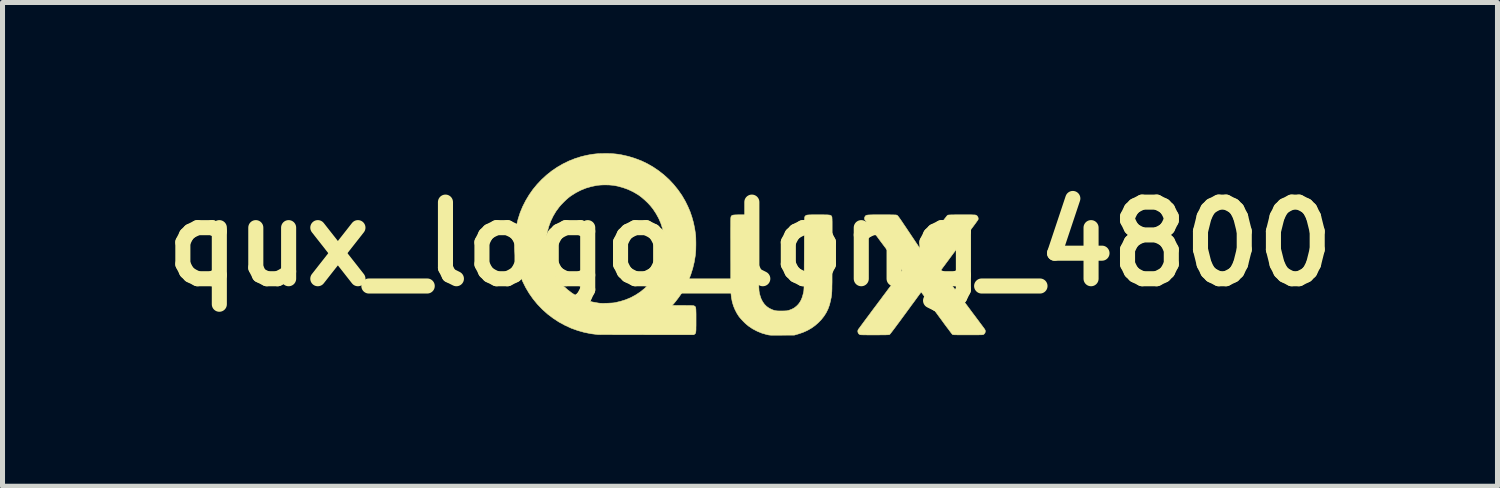
<source format=kicad_pcb>
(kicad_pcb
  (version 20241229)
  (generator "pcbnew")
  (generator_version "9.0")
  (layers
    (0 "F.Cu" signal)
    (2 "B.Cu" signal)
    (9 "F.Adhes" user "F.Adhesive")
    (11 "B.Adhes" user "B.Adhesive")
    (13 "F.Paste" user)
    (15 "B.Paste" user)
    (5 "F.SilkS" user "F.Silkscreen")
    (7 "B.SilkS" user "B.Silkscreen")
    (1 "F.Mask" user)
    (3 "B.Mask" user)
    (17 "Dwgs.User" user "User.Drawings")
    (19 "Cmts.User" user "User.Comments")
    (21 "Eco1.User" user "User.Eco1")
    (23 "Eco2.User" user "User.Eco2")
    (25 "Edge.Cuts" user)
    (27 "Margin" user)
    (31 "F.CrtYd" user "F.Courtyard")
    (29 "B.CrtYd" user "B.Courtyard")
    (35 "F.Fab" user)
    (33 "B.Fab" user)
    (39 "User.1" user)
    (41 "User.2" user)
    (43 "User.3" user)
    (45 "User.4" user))
  (footprint "qux_logo_long_4800"
    (layer "F.Cu")
    (at 11.873 1.806)
    (property "Reference" "qux_logo_long_4800" (at 0 0 0) (layer "F.SilkS") (effects (font (size 1.524 1.524) (thickness 0.3))))
    (attr through_hole)
    (fp_poly (pts (xy -2.824 -1.801) (xy -2.771 -1.8) (xy -2.724 -1.797) (xy -2.679 -1.793) (xy -2.635 -1.788) (xy -2.587 -1.78) (xy -2.556 -1.775) (xy -2.422 -1.745) (xy -2.292 -1.705) (xy -2.165 -1.657) (xy -2.044 -1.599) (xy -1.927 -1.532) (xy -1.816 -1.457) (xy -1.711 -1.374) (xy -1.612 -1.284) (xy -1.52 -1.186) (xy -1.435 -1.081) (xy -1.357 -0.97) (xy -1.288 -0.852) (xy -1.237 -0.748) (xy -1.192 -0.643) (xy -1.156 -0.537) (xy -1.126 -0.429) (xy -1.102 -0.315) (xy -1.084 -0.196) (xy -1.081 -0.165) (xy -1.079 -0.126) (xy -1.078 -0.08) (xy -1.077 -0.031) (xy -1.077 0.021) (xy -1.078 0.072) (xy -1.079 0.12) (xy -1.082 0.164) (xy -1.085 0.201) (xy -1.087 0.219) (xy -1.109 0.354) (xy -1.14 0.484) (xy -1.179 0.608) (xy -1.226 0.728) (xy -1.284 0.845) (xy -1.35 0.959) (xy -1.374 0.997) (xy -1.392 1.022) (xy -1.412 1.051) (xy -1.435 1.082) (xy -1.458 1.112) (xy -1.48 1.141) (xy -1.501 1.166) (xy -1.518 1.187) (xy -1.531 1.201) (xy -1.534 1.203) (xy -1.542 1.212) (xy -1.545 1.218) (xy -1.54 1.219) (xy -1.525 1.22) (xy -1.503 1.221) (xy -1.472 1.221) (xy -1.436 1.222) (xy -1.395 1.222) (xy -1.35 1.222) (xy -1.335 1.222) (xy -1.282 1.222) (xy -1.239 1.223) (xy -1.204 1.223) (xy -1.176 1.223) (xy -1.155 1.224) (xy -1.139 1.225) (xy -1.128 1.226) (xy -1.12 1.227) (xy -1.114 1.229) (xy -1.109 1.232) (xy -1.108 1.233) (xy -1.1 1.237) (xy -1.094 1.242) (xy -1.088 1.248) (xy -1.084 1.255) (xy -1.081 1.266) (xy -1.079 1.28) (xy -1.077 1.298) (xy -1.076 1.323) (xy -1.075 1.353) (xy -1.074 1.392) (xy -1.074 1.439) (xy -1.074 1.495) (xy -1.074 1.513) (xy -1.074 1.572) (xy -1.074 1.621) (xy -1.075 1.661) (xy -1.075 1.694) (xy -1.076 1.72) (xy -1.078 1.74) (xy -1.08 1.755) (xy -1.082 1.767) (xy -1.086 1.775) (xy -1.091 1.782) (xy -1.096 1.787) (xy -1.103 1.792) (xy -1.104 1.793) (xy -1.118 1.804) (xy -2.06 1.804) (xy -2.16 1.803) (xy -2.257 1.803) (xy -2.35 1.803) (xy -2.44 1.803) (xy -2.525 1.803) (xy -2.606 1.803) (xy -2.681 1.803) (xy -2.75 1.802) (xy -2.813 1.802) (xy -2.869 1.802) (xy -2.917 1.802) (xy -2.957 1.802) (xy -2.988 1.801) (xy -3.01 1.801) (xy -3.022 1.801) (xy -3.024 1.801) (xy -3.162 1.784) (xy -3.297 1.757) (xy -3.429 1.72) (xy -3.557 1.674) (xy -3.681 1.617) (xy -3.801 1.552) (xy -3.916 1.477) (xy -4.026 1.394) (xy -4.129 1.302) (xy -4.137 1.294) (xy -4.231 1.196) (xy -4.317 1.091) (xy -4.395 0.98) (xy -4.464 0.864) (xy -4.524 0.743) (xy -4.575 0.618) (xy -4.617 0.491) (xy -4.648 0.36) (xy -4.656 0.318) (xy -4.663 0.276) (xy -4.669 0.241) (xy -4.673 0.208) (xy -4.676 0.177) (xy -4.678 0.145) (xy -4.679 0.11) (xy -4.68 0.069) (xy -4.68 0.021) (xy -4.68 0) (xy -4.68 -0.024) (xy -4.058 -0.024) (xy -4.056 0.085) (xy -4.043 0.193) (xy -4.02 0.3) (xy -3.988 0.403) (xy -3.946 0.503) (xy -3.895 0.599) (xy -3.834 0.691) (xy -3.765 0.777) (xy -3.712 0.834) (xy -3.629 0.91) (xy -3.541 0.977) (xy -3.447 1.034) (xy -3.349 1.083) (xy -3.245 1.122) (xy -3.136 1.152) (xy -3.021 1.173) (xy -2.99 1.177) (xy -2.97 1.178) (xy -2.942 1.179) (xy -2.908 1.179) (xy -2.87 1.178) (xy -2.83 1.177) (xy -2.791 1.175) (xy -2.755 1.173) (xy -2.724 1.171) (xy -2.7 1.168) (xy -2.693 1.167) (xy -2.58 1.141) (xy -2.472 1.107) (xy -2.369 1.064) (xy -2.272 1.011) (xy -2.181 0.951) (xy -2.095 0.881) (xy -2.016 0.804) (xy -1.944 0.718) (xy -1.936 0.707) (xy -1.873 0.614) (xy -1.82 0.518) (xy -1.777 0.419) (xy -1.743 0.318) (xy -1.719 0.214) (xy -1.704 0.109) (xy -1.699 0.003) (xy -1.704 -0.103) (xy -1.718 -0.208) (xy -1.742 -0.312) (xy -1.775 -0.414) (xy -1.818 -0.513) (xy -1.871 -0.609) (xy -1.933 -0.702) (xy -1.935 -0.704) (xy -1.982 -0.763) (xy -2.037 -0.822) (xy -2.097 -0.879) (xy -2.159 -0.932) (xy -2.221 -0.978) (xy -2.236 -0.987) (xy -2.328 -1.041) (xy -2.426 -1.087) (xy -2.529 -1.124) (xy -2.636 -1.153) (xy -2.715 -1.168) (xy -2.757 -1.172) (xy -2.806 -1.176) (xy -2.859 -1.177) (xy -2.914 -1.177) (xy -2.966 -1.175) (xy -3.014 -1.171) (xy -3.043 -1.168) (xy -3.155 -1.145) (xy -3.263 -1.114) (xy -3.367 -1.072) (xy -3.466 -1.021) (xy -3.561 -0.961) (xy -3.591 -0.939) (xy -3.62 -0.916) (xy -3.653 -0.887) (xy -3.688 -0.854) (xy -3.723 -0.819) (xy -3.756 -0.785) (xy -3.784 -0.753) (xy -3.797 -0.738) (xy -3.861 -0.651) (xy -3.917 -0.557) (xy -3.964 -0.459) (xy -4.002 -0.356) (xy -4.031 -0.251) (xy -4.05 -0.144) (xy -4.051 -0.135) (xy -4.058 -0.024) (xy -4.68 -0.024) (xy -4.68 -0.06) (xy -4.679 -0.111) (xy -4.677 -0.156) (xy -4.674 -0.198) (xy -4.669 -0.238) (xy -4.663 -0.279) (xy -4.655 -0.324) (xy -4.646 -0.37) (xy -4.614 -0.5) (xy -4.573 -0.627) (xy -4.522 -0.749) (xy -4.462 -0.867) (xy -4.394 -0.98) (xy -4.319 -1.087) (xy -4.235 -1.189) (xy -4.145 -1.284) (xy -4.048 -1.373) (xy -3.945 -1.455) (xy -3.836 -1.529) (xy -3.722 -1.595) (xy -3.603 -1.653) (xy -3.48 -1.702) (xy -3.352 -1.742) (xy -3.244 -1.767) (xy -3.186 -1.778) (xy -3.131 -1.787) (xy -3.079 -1.793) (xy -3.026 -1.798) (xy -2.97 -1.8) (xy -2.906 -1.801) (xy -2.884 -1.801) (xy -2.824 -1.801)) (stroke (width 0.01) (type solid)) (fill yes) (layer "F.SilkS"))
    (fp_poly (pts (xy 4.277 -0.582) (xy 4.328 -0.582) (xy 4.369 -0.582) (xy 4.403 -0.582) (xy 4.43 -0.581) (xy 4.451 -0.58) (xy 4.467 -0.58) (xy 4.479 -0.579) (xy 4.488 -0.577) (xy 4.494 -0.575) (xy 4.5 -0.573) (xy 4.503 -0.572) (xy 4.521 -0.557) (xy 4.534 -0.537) (xy 4.54 -0.514) (xy 4.539 -0.492) (xy 4.535 -0.481) (xy 4.531 -0.476) (xy 4.521 -0.462) (xy 4.506 -0.441) (xy 4.486 -0.413) (xy 4.461 -0.379) (xy 4.431 -0.339) (xy 4.398 -0.294) (xy 4.361 -0.244) (xy 4.322 -0.19) (xy 4.279 -0.132) (xy 4.234 -0.071) (xy 4.187 -0.008) (xy 4.162 0.027) (xy 3.794 0.524) (xy 4.229 1.105) (xy 4.281 1.174) (xy 4.332 1.242) (xy 4.38 1.307) (xy 4.426 1.369) (xy 4.47 1.427) (xy 4.51 1.481) (xy 4.547 1.53) (xy 4.579 1.574) (xy 4.608 1.612) (xy 4.632 1.644) (xy 4.651 1.67) (xy 4.664 1.688) (xy 4.672 1.699) (xy 4.673 1.701) (xy 4.682 1.724) (xy 4.681 1.749) (xy 4.672 1.773) (xy 4.655 1.792) (xy 4.648 1.798) (xy 4.644 1.8) (xy 4.639 1.801) (xy 4.633 1.803) (xy 4.623 1.804) (xy 4.61 1.805) (xy 4.592 1.806) (xy 4.568 1.806) (xy 4.539 1.807) (xy 4.502 1.807) (xy 4.457 1.807) (xy 4.404 1.807) (xy 4.341 1.807) (xy 4.337 1.807) (xy 4.273 1.807) (xy 4.219 1.807) (xy 4.174 1.807) (xy 4.136 1.807) (xy 4.106 1.806) (xy 4.083 1.806) (xy 4.064 1.805) (xy 4.051 1.804) (xy 4.041 1.803) (xy 4.034 1.801) (xy 4.03 1.8) (xy 4.027 1.798) (xy 4.022 1.792) (xy 4.011 1.779) (xy 3.995 1.758) (xy 3.974 1.73) (xy 3.949 1.696) (xy 3.919 1.657) (xy 3.886 1.613) (xy 3.85 1.564) (xy 3.812 1.511) (xy 3.771 1.456) (xy 3.728 1.397) (xy 3.709 1.371) (xy 3.406 0.954) (xy 3.389 0.976) (xy 3.384 0.983) (xy 3.372 0.998) (xy 3.356 1.021) (xy 3.334 1.05) (xy 3.309 1.085) (xy 3.279 1.126) (xy 3.246 1.171) (xy 3.209 1.22) (xy 3.171 1.273) (xy 3.13 1.329) (xy 3.088 1.386) (xy 3.083 1.393) (xy 3.04 1.451) (xy 3 1.506) (xy 2.961 1.559) (xy 2.925 1.607) (xy 2.892 1.652) (xy 2.862 1.692) (xy 2.836 1.726) (xy 2.814 1.755) (xy 2.797 1.776) (xy 2.785 1.791) (xy 2.779 1.798) (xy 2.779 1.798) (xy 2.775 1.8) (xy 2.77 1.802) (xy 2.762 1.803) (xy 2.751 1.804) (xy 2.736 1.805) (xy 2.715 1.806) (xy 2.689 1.807) (xy 2.656 1.807) (xy 2.615 1.807) (xy 2.565 1.808) (xy 2.506 1.808) (xy 2.487 1.808) (xy 2.434 1.808) (xy 2.383 1.808) (xy 2.336 1.808) (xy 2.293 1.807) (xy 2.257 1.807) (xy 2.228 1.806) (xy 2.207 1.805) (xy 2.195 1.805) (xy 2.193 1.804) (xy 2.171 1.793) (xy 2.155 1.775) (xy 2.146 1.752) (xy 2.144 1.728) (xy 2.151 1.705) (xy 2.152 1.703) (xy 2.156 1.697) (xy 2.167 1.682) (xy 2.183 1.661) (xy 2.204 1.632) (xy 2.23 1.597) (xy 2.26 1.556) (xy 2.295 1.509) (xy 2.333 1.458) (xy 2.375 1.402) (xy 2.419 1.342) (xy 2.466 1.279) (xy 2.516 1.213) (xy 2.567 1.144) (xy 2.595 1.108) (xy 2.646 1.038) (xy 2.697 0.971) (xy 2.744 0.907) (xy 2.79 0.846) (xy 2.832 0.789) (xy 2.872 0.736) (xy 2.907 0.687) (xy 2.939 0.644) (xy 2.967 0.607) (xy 2.989 0.576) (xy 3.007 0.552) (xy 3.019 0.535) (xy 3.026 0.525) (xy 3.027 0.524) (xy 3.024 0.519) (xy 3.015 0.506) (xy 3 0.485) (xy 2.98 0.458) (xy 2.956 0.425) (xy 2.927 0.386) (xy 2.894 0.341) (xy 2.857 0.292) (xy 2.818 0.238) (xy 2.775 0.181) (xy 2.73 0.121) (xy 2.683 0.058) (xy 2.658 0.025) (xy 2.61 -0.039) (xy 2.564 -0.101) (xy 2.52 -0.161) (xy 2.478 -0.217) (xy 2.439 -0.269) (xy 2.404 -0.317) (xy 2.372 -0.361) (xy 2.345 -0.398) (xy 2.321 -0.43) (xy 2.303 -0.455) (xy 2.291 -0.473) (xy 2.283 -0.484) (xy 2.282 -0.486) (xy 2.277 -0.511) (xy 2.282 -0.536) (xy 2.292 -0.553) (xy 2.297 -0.559) (xy 2.302 -0.564) (xy 2.308 -0.569) (xy 2.316 -0.572) (xy 2.326 -0.575) (xy 2.34 -0.577) (xy 2.358 -0.579) (xy 2.382 -0.58) (xy 2.411 -0.581) (xy 2.447 -0.582) (xy 2.492 -0.582) (xy 2.545 -0.582) (xy 2.607 -0.582) (xy 2.623 -0.582) (xy 2.686 -0.582) (xy 2.739 -0.582) (xy 2.783 -0.582) (xy 2.819 -0.581) (xy 2.848 -0.581) (xy 2.871 -0.58) (xy 2.889 -0.58) (xy 2.902 -0.579) (xy 2.911 -0.577) (xy 2.919 -0.576) (xy 2.924 -0.574) (xy 2.926 -0.573) (xy 2.931 -0.57) (xy 2.936 -0.564) (xy 2.944 -0.556) (xy 2.954 -0.543) (xy 2.966 -0.527) (xy 2.981 -0.506) (xy 3 -0.479) (xy 3.022 -0.447) (xy 3.048 -0.408) (xy 3.079 -0.362) (xy 3.115 -0.309) (xy 3.156 -0.247) (xy 3.171 -0.225) (xy 3.207 -0.171) (xy 3.242 -0.119) (xy 3.274 -0.071) (xy 3.304 -0.026) (xy 3.331 0.014) (xy 3.354 0.049) (xy 3.374 0.078) (xy 3.389 0.101) (xy 3.399 0.116) (xy 3.404 0.123) (xy 3.404 0.124) (xy 3.406 0.125) (xy 3.409 0.124) (xy 3.413 0.121) (xy 3.419 0.115) (xy 3.427 0.106) (xy 3.437 0.093) (xy 3.451 0.075) (xy 3.468 0.052) (xy 3.489 0.024) (xy 3.514 -0.01) (xy 3.544 -0.051) (xy 3.579 -0.099) (xy 3.619 -0.154) (xy 3.664 -0.217) (xy 3.711 -0.282) (xy 3.752 -0.339) (xy 3.788 -0.388) (xy 3.819 -0.43) (xy 3.845 -0.466) (xy 3.867 -0.495) (xy 3.886 -0.519) (xy 3.901 -0.538) (xy 3.912 -0.553) (xy 3.921 -0.563) (xy 3.928 -0.57) (xy 3.933 -0.574) (xy 3.935 -0.575) (xy 3.941 -0.576) (xy 3.95 -0.578) (xy 3.964 -0.579) (xy 3.983 -0.58) (xy 4.007 -0.581) (xy 4.039 -0.581) (xy 4.078 -0.582) (xy 4.126 -0.582) (xy 4.183 -0.582) (xy 4.217 -0.582) (xy 4.277 -0.582)) (stroke (width 0.01) (type solid)) (fill yes) (layer "F.SilkS"))
    (fp_poly (pts (xy 1.416 -0.582) (xy 1.464 -0.582) (xy 1.503 -0.581) (xy 1.534 -0.581) (xy 1.559 -0.579) (xy 1.578 -0.577) (xy 1.592 -0.575) (xy 1.603 -0.571) (xy 1.611 -0.567) (xy 1.617 -0.561) (xy 1.622 -0.554) (xy 1.625 -0.549) (xy 1.626 -0.547) (xy 1.627 -0.544) (xy 1.629 -0.54) (xy 1.63 -0.535) (xy 1.631 -0.528) (xy 1.631 -0.519) (xy 1.632 -0.506) (xy 1.633 -0.49) (xy 1.633 -0.47) (xy 1.634 -0.446) (xy 1.634 -0.416) (xy 1.634 -0.381) (xy 1.634 -0.34) (xy 1.634 -0.292) (xy 1.634 -0.237) (xy 1.634 -0.174) (xy 1.634 -0.103) (xy 1.634 -0.023) (xy 1.634 0.067) (xy 1.634 0.166) (xy 1.634 0.209) (xy 1.633 0.314) (xy 1.633 0.41) (xy 1.633 0.496) (xy 1.633 0.573) (xy 1.632 0.642) (xy 1.632 0.703) (xy 1.632 0.757) (xy 1.631 0.805) (xy 1.63 0.847) (xy 1.63 0.884) (xy 1.629 0.916) (xy 1.628 0.944) (xy 1.626 0.968) (xy 1.625 0.99) (xy 1.623 1.009) (xy 1.621 1.026) (xy 1.618 1.043) (xy 1.616 1.059) (xy 1.613 1.075) (xy 1.609 1.091) (xy 1.606 1.109) (xy 1.603 1.124) (xy 1.581 1.212) (xy 1.552 1.292) (xy 1.515 1.367) (xy 1.47 1.437) (xy 1.417 1.504) (xy 1.36 1.563) (xy 1.291 1.623) (xy 1.217 1.675) (xy 1.138 1.72) (xy 1.052 1.758) (xy 0.957 1.79) (xy 0.939 1.795) (xy 0.881 1.812) (xy 0.638 1.813) (xy 0.581 1.814) (xy 0.533 1.814) (xy 0.494 1.814) (xy 0.462 1.814) (xy 0.436 1.813) (xy 0.415 1.813) (xy 0.398 1.812) (xy 0.384 1.81) (xy 0.372 1.809) (xy 0.36 1.806) (xy 0.348 1.804) (xy 0.339 1.802) (xy 0.24 1.774) (xy 0.146 1.736) (xy 0.057 1.69) (xy -0.027 1.634) (xy -0.034 1.628) (xy -0.065 1.603) (xy -0.1 1.572) (xy -0.135 1.537) (xy -0.169 1.501) (xy -0.2 1.466) (xy -0.225 1.434) (xy -0.227 1.431) (xy -0.265 1.371) (xy -0.299 1.304) (xy -0.328 1.235) (xy -0.349 1.166) (xy -0.357 1.135) (xy -0.36 1.117) (xy -0.363 1.101) (xy -0.366 1.086) (xy -0.369 1.072) (xy -0.371 1.057) (xy -0.373 1.041) (xy -0.375 1.023) (xy -0.377 1.004) (xy -0.378 0.982) (xy -0.379 0.956) (xy -0.38 0.927) (xy -0.381 0.894) (xy -0.382 0.855) (xy -0.382 0.811) (xy -0.383 0.761) (xy -0.383 0.705) (xy -0.384 0.641) (xy -0.384 0.569) (xy -0.384 0.489) (xy -0.384 0.4) (xy -0.385 0.301) (xy -0.385 0.222) (xy -0.385 0.118) (xy -0.385 0.024) (xy -0.385 -0.061) (xy -0.386 -0.136) (xy -0.386 -0.203) (xy -0.386 -0.263) (xy -0.386 -0.314) (xy -0.385 -0.359) (xy -0.385 -0.398) (xy -0.385 -0.43) (xy -0.385 -0.457) (xy -0.384 -0.48) (xy -0.384 -0.498) (xy -0.383 -0.512) (xy -0.382 -0.523) (xy -0.381 -0.531) (xy -0.38 -0.537) (xy -0.379 -0.542) (xy -0.378 -0.545) (xy -0.377 -0.548) (xy -0.376 -0.549) (xy -0.371 -0.557) (xy -0.366 -0.563) (xy -0.359 -0.569) (xy -0.35 -0.573) (xy -0.338 -0.576) (xy -0.322 -0.578) (xy -0.301 -0.58) (xy -0.274 -0.581) (xy -0.239 -0.582) (xy -0.197 -0.582) (xy -0.146 -0.582) (xy -0.11 -0.582) (xy -0.053 -0.582) (xy -0.006 -0.582) (xy 0.033 -0.581) (xy 0.064 -0.581) (xy 0.088 -0.579) (xy 0.107 -0.577) (xy 0.121 -0.575) (xy 0.132 -0.571) (xy 0.14 -0.567) (xy 0.146 -0.561) (xy 0.152 -0.554) (xy 0.156 -0.549) (xy 0.157 -0.546) (xy 0.159 -0.544) (xy 0.16 -0.54) (xy 0.161 -0.536) (xy 0.162 -0.529) (xy 0.163 -0.519) (xy 0.164 -0.507) (xy 0.164 -0.491) (xy 0.165 -0.471) (xy 0.166 -0.447) (xy 0.166 -0.417) (xy 0.167 -0.381) (xy 0.167 -0.34) (xy 0.167 -0.291) (xy 0.168 -0.235) (xy 0.168 -0.172) (xy 0.168 -0.1) (xy 0.169 -0.019) (xy 0.169 0.071) (xy 0.17 0.172) (xy 0.17 0.187) (xy 0.17 0.29) (xy 0.17 0.382) (xy 0.171 0.466) (xy 0.171 0.54) (xy 0.172 0.606) (xy 0.172 0.665) (xy 0.173 0.716) (xy 0.173 0.761) (xy 0.174 0.8) (xy 0.175 0.834) (xy 0.175 0.863) (xy 0.177 0.887) (xy 0.178 0.908) (xy 0.179 0.926) (xy 0.181 0.942) (xy 0.183 0.955) (xy 0.185 0.967) (xy 0.187 0.979) (xy 0.19 0.99) (xy 0.193 1.002) (xy 0.197 1.015) (xy 0.198 1.02) (xy 0.22 1.087) (xy 0.25 1.146) (xy 0.286 1.197) (xy 0.33 1.241) (xy 0.381 1.277) (xy 0.439 1.305) (xy 0.479 1.319) (xy 0.495 1.323) (xy 0.51 1.326) (xy 0.526 1.328) (xy 0.546 1.33) (xy 0.57 1.331) (xy 0.602 1.331) (xy 0.624 1.331) (xy 0.661 1.331) (xy 0.69 1.33) (xy 0.712 1.329) (xy 0.73 1.328) (xy 0.745 1.325) (xy 0.761 1.321) (xy 0.77 1.319) (xy 0.828 1.298) (xy 0.879 1.271) (xy 0.923 1.237) (xy 0.926 1.234) (xy 0.961 1.199) (xy 0.989 1.161) (xy 1.014 1.118) (xy 1.035 1.069) (xy 1.052 1.013) (xy 1.068 0.947) (xy 1.068 0.947) (xy 1.069 0.94) (xy 1.07 0.932) (xy 1.071 0.921) (xy 1.072 0.906) (xy 1.073 0.889) (xy 1.074 0.867) (xy 1.074 0.841) (xy 1.075 0.809) (xy 1.075 0.772) (xy 1.076 0.729) (xy 1.076 0.679) (xy 1.077 0.621) (xy 1.077 0.556) (xy 1.078 0.483) (xy 1.078 0.4) (xy 1.079 0.308) (xy 1.079 0.207) (xy 1.079 0.187) (xy 1.08 0.085) (xy 1.08 -0.007) (xy 1.08 -0.089) (xy 1.081 -0.162) (xy 1.081 -0.227) (xy 1.081 -0.284) (xy 1.082 -0.333) (xy 1.082 -0.376) (xy 1.083 -0.412) (xy 1.083 -0.443) (xy 1.084 -0.468) (xy 1.084 -0.489) (xy 1.085 -0.505) (xy 1.086 -0.518) (xy 1.087 -0.528) (xy 1.088 -0.535) (xy 1.089 -0.54) (xy 1.09 -0.543) (xy 1.091 -0.546) (xy 1.093 -0.548) (xy 1.093 -0.549) (xy 1.099 -0.556) (xy 1.105 -0.563) (xy 1.112 -0.568) (xy 1.121 -0.573) (xy 1.132 -0.576) (xy 1.148 -0.578) (xy 1.168 -0.58) (xy 1.195 -0.581) (xy 1.228 -0.582) (xy 1.27 -0.582) (xy 1.32 -0.582) (xy 1.359 -0.582) (xy 1.416 -0.582)) (stroke (width 0.01) (type solid)) (fill yes) (layer "F.SilkS")))
  (gr_rect
    (start -3 -3)
    (end 26.745 6.625)
    (stroke (width 0.1) (type default))
    (fill no)
    (layer "Edge.Cuts")))
</source>
